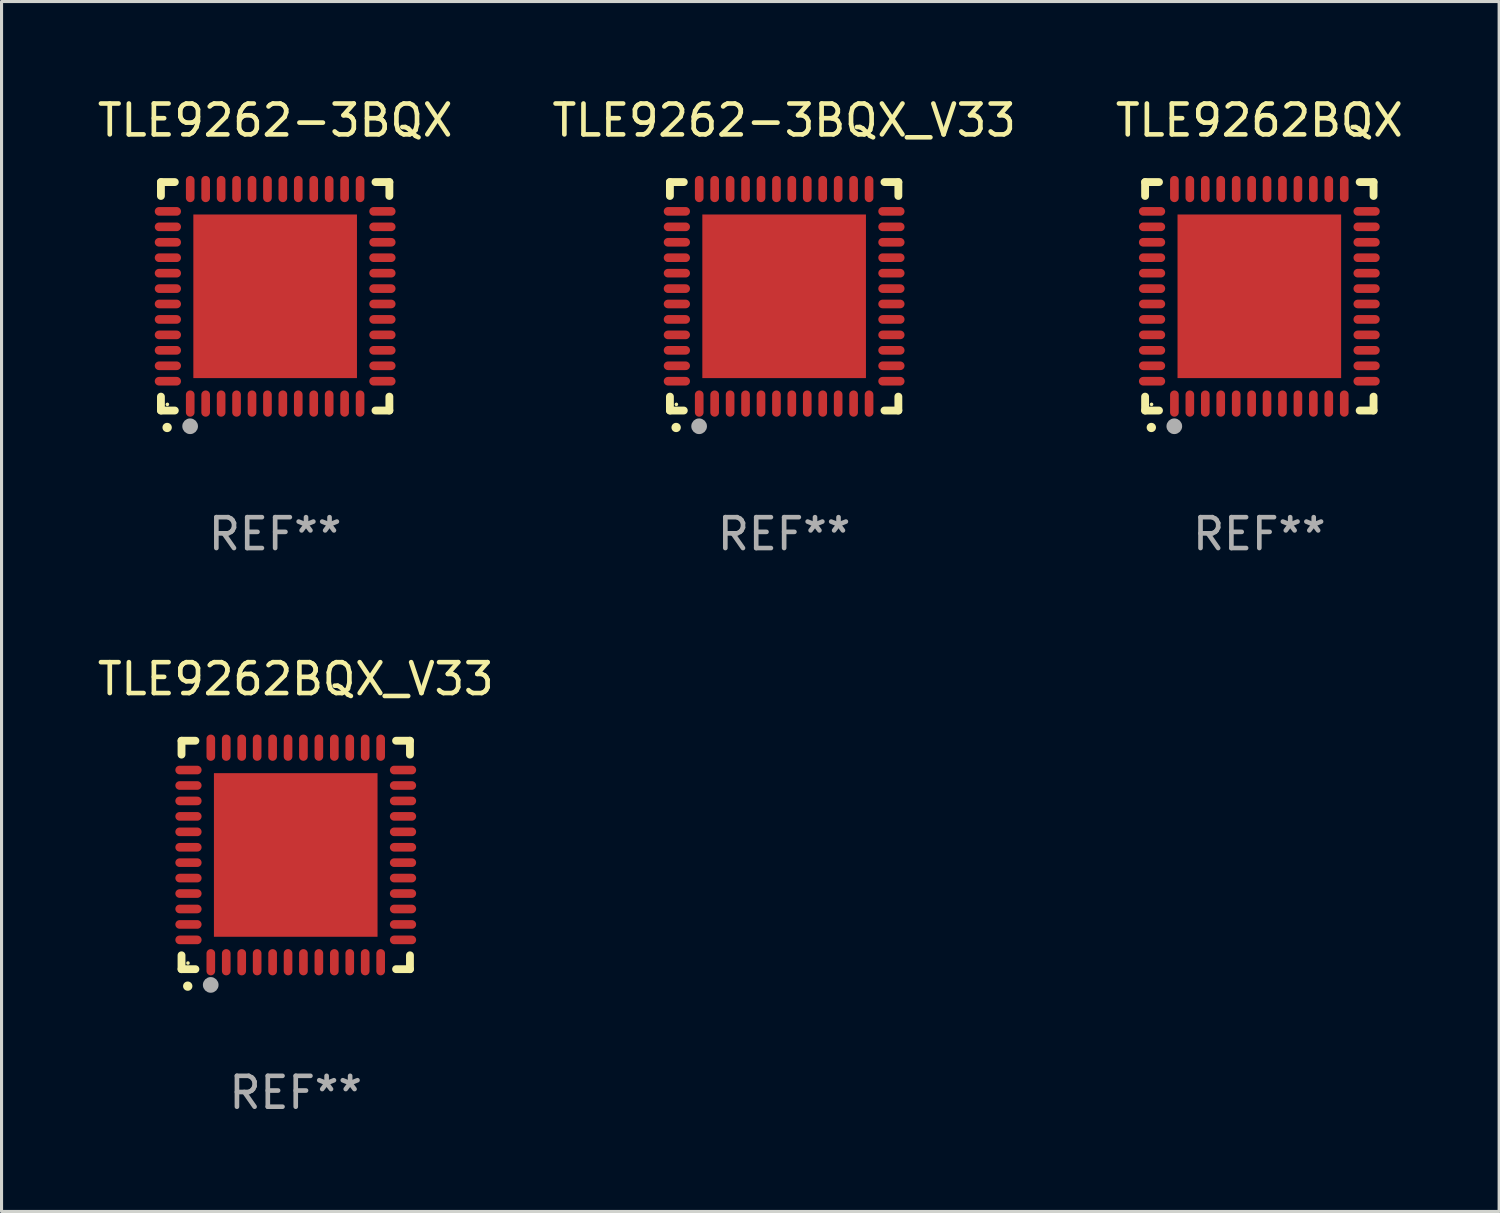
<source format=kicad_pcb>
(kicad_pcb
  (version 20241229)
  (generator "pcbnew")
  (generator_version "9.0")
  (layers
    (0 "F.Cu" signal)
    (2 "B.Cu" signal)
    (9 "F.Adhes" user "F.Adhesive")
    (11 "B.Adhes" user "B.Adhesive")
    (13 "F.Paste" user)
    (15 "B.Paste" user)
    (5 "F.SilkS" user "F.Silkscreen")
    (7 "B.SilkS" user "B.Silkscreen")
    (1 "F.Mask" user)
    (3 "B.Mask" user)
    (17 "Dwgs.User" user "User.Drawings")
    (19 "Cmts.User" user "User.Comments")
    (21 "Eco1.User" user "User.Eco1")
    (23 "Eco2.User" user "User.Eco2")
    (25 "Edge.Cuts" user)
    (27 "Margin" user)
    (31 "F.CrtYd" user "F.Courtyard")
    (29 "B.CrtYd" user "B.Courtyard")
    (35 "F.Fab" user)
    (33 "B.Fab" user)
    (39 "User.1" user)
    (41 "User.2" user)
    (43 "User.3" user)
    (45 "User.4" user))
  (footprint "TLE9262-3BQX_V33"
    (layer "F.Cu")
    (at 22.351 6.548)
    (property "Reference" "TLE9262-3BQX_V33" (at 0 -5.7 0) (layer "F.SilkS") (effects (font (size 1 1) (thickness 0.15))))
    (attr through_hole)
    (fp_line (start -3.7 -3.7) (end -3.25 -3.7) (stroke (width 0.254) (type solid)) (layer "F.SilkS"))
    (fp_line (start -3.7 -3.25) (end -3.7 -3.7) (stroke (width 0.254) (type solid)) (layer "F.SilkS"))
    (fp_line (start -3.7 3.7) (end -3.7 3.25) (stroke (width 0.254) (type solid)) (layer "F.SilkS"))
    (fp_line (start -3.25 3.7) (end -3.7 3.7) (stroke (width 0.254) (type solid)) (layer "F.SilkS"))
    (fp_line (start 3.25 3.7) (end 3.7 3.7) (stroke (width 0.254) (type solid)) (layer "F.SilkS"))
    (fp_line (start 3.7 -3.7) (end 3.25 -3.7) (stroke (width 0.254) (type solid)) (layer "F.SilkS"))
    (fp_line (start 3.7 -3.25) (end 3.7 -3.7) (stroke (width 0.254) (type solid)) (layer "F.SilkS"))
    (fp_line (start 3.7 3.7) (end 3.7 3.25) (stroke (width 0.254) (type solid)) (layer "F.SilkS"))
    (fp_arc (start -3.500127 4.249428) (mid -3.498857 4.249423) (end -3.497587 4.249428) (stroke (width 0.3) (type solid)) (layer "F.SilkS"))
    (fp_circle (center -3.491 3.501) (end -3.461 3.501) (stroke (width 0.06) (type solid)) (fill no) (layer "F.SilkS"))
    (fp_circle (center -2.754 4.21) (end -2.627 4.21) (stroke (width 0.254) (type solid)) (fill no) (layer "F.Fab"))
    (fp_text user "REF**" (at 0 7.7 0) (layer "F.Fab") (effects (font (size 1 1) (thickness 0.15))))
    (pad "1" smd oval (at -2.751 3.475) (size 0.28 0.85) (layers "F.Cu" "F.Mask" "F.Paste"))
    (pad "2" smd oval (at -2.251 3.475) (size 0.28 0.85) (layers "F.Cu" "F.Mask" "F.Paste"))
    (pad "3" smd oval (at -1.75 3.475) (size 0.28 0.85) (layers "F.Cu" "F.Mask" "F.Paste"))
    (pad "4" smd oval (at -1.25 3.475) (size 0.28 0.85) (layers "F.Cu" "F.Mask" "F.Paste"))
    (pad "5" smd oval (at -0.749 3.475) (size 0.28 0.85) (layers "F.Cu" "F.Mask" "F.Paste"))
    (pad "6" smd oval (at -0.249 3.475) (size 0.28 0.85) (layers "F.Cu" "F.Mask" "F.Paste"))
    (pad "7" smd oval (at 0.249 3.475) (size 0.28 0.85) (layers "F.Cu" "F.Mask" "F.Paste"))
    (pad "8" smd oval (at 0.749 3.475) (size 0.28 0.85) (layers "F.Cu" "F.Mask" "F.Paste"))
    (pad "9" smd oval (at 1.25 3.475) (size 0.28 0.85) (layers "F.Cu" "F.Mask" "F.Paste"))
    (pad "10" smd oval (at 1.75 3.475) (size 0.28 0.85) (layers "F.Cu" "F.Mask" "F.Paste"))
    (pad "11" smd oval (at 2.25 3.475) (size 0.28 0.85) (layers "F.Cu" "F.Mask" "F.Paste"))
    (pad "12" smd oval (at 2.751 3.475) (size 0.28 0.85) (layers "F.Cu" "F.Mask" "F.Paste"))
    (pad "13" smd oval (at 3.475 2.751) (size 0.85 0.28) (layers "F.Cu" "F.Mask" "F.Paste"))
    (pad "14" smd oval (at 3.475 2.251) (size 0.85 0.28) (layers "F.Cu" "F.Mask" "F.Paste"))
    (pad "15" smd oval (at 3.475 1.75) (size 0.85 0.28) (layers "F.Cu" "F.Mask" "F.Paste"))
    (pad "16" smd oval (at 3.475 1.25) (size 0.85 0.28) (layers "F.Cu" "F.Mask" "F.Paste"))
    (pad "17" smd oval (at 3.475 0.749) (size 0.85 0.28) (layers "F.Cu" "F.Mask" "F.Paste"))
    (pad "18" smd oval (at 3.475 0.249) (size 0.85 0.28) (layers "F.Cu" "F.Mask" "F.Paste"))
    (pad "19" smd oval (at 3.475 -0.249) (size 0.85 0.28) (layers "F.Cu" "F.Mask" "F.Paste"))
    (pad "20" smd oval (at 3.475 -0.749) (size 0.85 0.28) (layers "F.Cu" "F.Mask" "F.Paste"))
    (pad "21" smd oval (at 3.475 -1.25) (size 0.85 0.28) (layers "F.Cu" "F.Mask" "F.Paste"))
    (pad "22" smd oval (at 3.475 -1.75) (size 0.85 0.28) (layers "F.Cu" "F.Mask" "F.Paste"))
    (pad "23" smd oval (at 3.475 -2.25) (size 0.85 0.28) (layers "F.Cu" "F.Mask" "F.Paste"))
    (pad "24" smd oval (at 3.475 -2.751) (size 0.85 0.28) (layers "F.Cu" "F.Mask" "F.Paste"))
    (pad "25" smd oval (at 2.751 -3.475) (size 0.28 0.85) (layers "F.Cu" "F.Mask" "F.Paste"))
    (pad "26" smd oval (at 2.25 -3.475) (size 0.28 0.85) (layers "F.Cu" "F.Mask" "F.Paste"))
    (pad "27" smd oval (at 1.75 -3.475) (size 0.28 0.85) (layers "F.Cu" "F.Mask" "F.Paste"))
    (pad "28" smd oval (at 1.25 -3.475) (size 0.28 0.85) (layers "F.Cu" "F.Mask" "F.Paste"))
    (pad "29" smd oval (at 0.749 -3.475) (size 0.28 0.85) (layers "F.Cu" "F.Mask" "F.Paste"))
    (pad "30" smd oval (at 0.249 -3.475) (size 0.28 0.85) (layers "F.Cu" "F.Mask" "F.Paste"))
    (pad "31" smd oval (at -0.249 -3.475) (size 0.28 0.85) (layers "F.Cu" "F.Mask" "F.Paste"))
    (pad "32" smd oval (at -0.749 -3.475) (size 0.28 0.85) (layers "F.Cu" "F.Mask" "F.Paste"))
    (pad "33" smd oval (at -1.25 -3.475) (size 0.28 0.85) (layers "F.Cu" "F.Mask" "F.Paste"))
    (pad "34" smd oval (at -1.75 -3.475) (size 0.28 0.85) (layers "F.Cu" "F.Mask" "F.Paste"))
    (pad "35" smd oval (at -2.251 -3.475) (size 0.28 0.85) (layers "F.Cu" "F.Mask" "F.Paste"))
    (pad "36" smd oval (at -2.751 -3.475) (size 0.28 0.85) (layers "F.Cu" "F.Mask" "F.Paste"))
    (pad "37" smd oval (at -3.475 -2.751) (size 0.85 0.28) (layers "F.Cu" "F.Mask" "F.Paste"))
    (pad "38" smd oval (at -3.475 -2.25) (size 0.85 0.28) (layers "F.Cu" "F.Mask" "F.Paste"))
    (pad "39" smd oval (at -3.475 -1.75) (size 0.85 0.28) (layers "F.Cu" "F.Mask" "F.Paste"))
    (pad "40" smd oval (at -3.475 -1.25) (size 0.85 0.28) (layers "F.Cu" "F.Mask" "F.Paste"))
    (pad "41" smd oval (at -3.475 -0.749) (size 0.85 0.28) (layers "F.Cu" "F.Mask" "F.Paste"))
    (pad "42" smd oval (at -3.475 -0.249) (size 0.85 0.28) (layers "F.Cu" "F.Mask" "F.Paste"))
    (pad "43" smd oval (at -3.475 0.249) (size 0.85 0.28) (layers "F.Cu" "F.Mask" "F.Paste"))
    (pad "44" smd oval (at -3.475 0.749) (size 0.85 0.28) (layers "F.Cu" "F.Mask" "F.Paste"))
    (pad "45" smd oval (at -3.475 1.25) (size 0.85 0.28) (layers "F.Cu" "F.Mask" "F.Paste"))
    (pad "46" smd oval (at -3.475 1.75) (size 0.85 0.28) (layers "F.Cu" "F.Mask" "F.Paste"))
    (pad "47" smd oval (at -3.475 2.251) (size 0.85 0.28) (layers "F.Cu" "F.Mask" "F.Paste"))
    (pad "48" smd oval (at -3.475 2.751) (size 0.85 0.28) (layers "F.Cu" "F.Mask" "F.Paste"))
    (pad "49" smd rect (at -0.000102 0.000102) (size 5.3 5.3) (layers "F.Cu" "F.Mask" "F.Paste")))
  (footprint "TLE9262BQX_V33"
    (layer "F.Cu")
    (at 6.53 24.645)
    (property "Reference" "TLE9262BQX_V33" (at 0 -5.7 0) (layer "F.SilkS") (effects (font (size 1 1) (thickness 0.15))))
    (attr through_hole)
    (fp_line (start -3.7 -3.7) (end -3.25 -3.7) (stroke (width 0.254) (type solid)) (layer "F.SilkS"))
    (fp_line (start -3.7 -3.25) (end -3.7 -3.7) (stroke (width 0.254) (type solid)) (layer "F.SilkS"))
    (fp_line (start -3.7 3.7) (end -3.7 3.25) (stroke (width 0.254) (type solid)) (layer "F.SilkS"))
    (fp_line (start -3.25 3.7) (end -3.7 3.7) (stroke (width 0.254) (type solid)) (layer "F.SilkS"))
    (fp_line (start 3.25 3.7) (end 3.7 3.7) (stroke (width 0.254) (type solid)) (layer "F.SilkS"))
    (fp_line (start 3.7 -3.7) (end 3.25 -3.7) (stroke (width 0.254) (type solid)) (layer "F.SilkS"))
    (fp_line (start 3.7 -3.25) (end 3.7 -3.7) (stroke (width 0.254) (type solid)) (layer "F.SilkS"))
    (fp_line (start 3.7 3.7) (end 3.7 3.25) (stroke (width 0.254) (type solid)) (layer "F.SilkS"))
    (fp_arc (start -3.500127 4.249428) (mid -3.498857 4.249423) (end -3.497587 4.249428) (stroke (width 0.3) (type solid)) (layer "F.SilkS"))
    (fp_circle (center -3.491 3.501) (end -3.461 3.501) (stroke (width 0.06) (type solid)) (fill no) (layer "F.SilkS"))
    (fp_circle (center -2.754 4.21) (end -2.627 4.21) (stroke (width 0.254) (type solid)) (fill no) (layer "F.Fab"))
    (fp_text user "REF**" (at 0 7.7 0) (layer "F.Fab") (effects (font (size 1 1) (thickness 0.15))))
    (pad "1" smd oval (at -2.751 3.475) (size 0.28 0.85) (layers "F.Cu" "F.Mask" "F.Paste"))
    (pad "2" smd oval (at -2.251 3.475) (size 0.28 0.85) (layers "F.Cu" "F.Mask" "F.Paste"))
    (pad "3" smd oval (at -1.75 3.475) (size 0.28 0.85) (layers "F.Cu" "F.Mask" "F.Paste"))
    (pad "4" smd oval (at -1.25 3.475) (size 0.28 0.85) (layers "F.Cu" "F.Mask" "F.Paste"))
    (pad "5" smd oval (at -0.749 3.475) (size 0.28 0.85) (layers "F.Cu" "F.Mask" "F.Paste"))
    (pad "6" smd oval (at -0.249 3.475) (size 0.28 0.85) (layers "F.Cu" "F.Mask" "F.Paste"))
    (pad "7" smd oval (at 0.249 3.475) (size 0.28 0.85) (layers "F.Cu" "F.Mask" "F.Paste"))
    (pad "8" smd oval (at 0.749 3.475) (size 0.28 0.85) (layers "F.Cu" "F.Mask" "F.Paste"))
    (pad "9" smd oval (at 1.25 3.475) (size 0.28 0.85) (layers "F.Cu" "F.Mask" "F.Paste"))
    (pad "10" smd oval (at 1.75 3.475) (size 0.28 0.85) (layers "F.Cu" "F.Mask" "F.Paste"))
    (pad "11" smd oval (at 2.25 3.475) (size 0.28 0.85) (layers "F.Cu" "F.Mask" "F.Paste"))
    (pad "12" smd oval (at 2.751 3.475) (size 0.28 0.85) (layers "F.Cu" "F.Mask" "F.Paste"))
    (pad "13" smd oval (at 3.475 2.751) (size 0.85 0.28) (layers "F.Cu" "F.Mask" "F.Paste"))
    (pad "14" smd oval (at 3.475 2.251) (size 0.85 0.28) (layers "F.Cu" "F.Mask" "F.Paste"))
    (pad "15" smd oval (at 3.475 1.75) (size 0.85 0.28) (layers "F.Cu" "F.Mask" "F.Paste"))
    (pad "16" smd oval (at 3.475 1.25) (size 0.85 0.28) (layers "F.Cu" "F.Mask" "F.Paste"))
    (pad "17" smd oval (at 3.475 0.749) (size 0.85 0.28) (layers "F.Cu" "F.Mask" "F.Paste"))
    (pad "18" smd oval (at 3.475 0.249) (size 0.85 0.28) (layers "F.Cu" "F.Mask" "F.Paste"))
    (pad "19" smd oval (at 3.475 -0.249) (size 0.85 0.28) (layers "F.Cu" "F.Mask" "F.Paste"))
    (pad "20" smd oval (at 3.475 -0.749) (size 0.85 0.28) (layers "F.Cu" "F.Mask" "F.Paste"))
    (pad "21" smd oval (at 3.475 -1.25) (size 0.85 0.28) (layers "F.Cu" "F.Mask" "F.Paste"))
    (pad "22" smd oval (at 3.475 -1.75) (size 0.85 0.28) (layers "F.Cu" "F.Mask" "F.Paste"))
    (pad "23" smd oval (at 3.475 -2.25) (size 0.85 0.28) (layers "F.Cu" "F.Mask" "F.Paste"))
    (pad "24" smd oval (at 3.475 -2.751) (size 0.85 0.28) (layers "F.Cu" "F.Mask" "F.Paste"))
    (pad "25" smd oval (at 2.751 -3.475) (size 0.28 0.85) (layers "F.Cu" "F.Mask" "F.Paste"))
    (pad "26" smd oval (at 2.25 -3.475) (size 0.28 0.85) (layers "F.Cu" "F.Mask" "F.Paste"))
    (pad "27" smd oval (at 1.75 -3.475) (size 0.28 0.85) (layers "F.Cu" "F.Mask" "F.Paste"))
    (pad "28" smd oval (at 1.25 -3.475) (size 0.28 0.85) (layers "F.Cu" "F.Mask" "F.Paste"))
    (pad "29" smd oval (at 0.749 -3.475) (size 0.28 0.85) (layers "F.Cu" "F.Mask" "F.Paste"))
    (pad "30" smd oval (at 0.249 -3.475) (size 0.28 0.85) (layers "F.Cu" "F.Mask" "F.Paste"))
    (pad "31" smd oval (at -0.249 -3.475) (size 0.28 0.85) (layers "F.Cu" "F.Mask" "F.Paste"))
    (pad "32" smd oval (at -0.749 -3.475) (size 0.28 0.85) (layers "F.Cu" "F.Mask" "F.Paste"))
    (pad "33" smd oval (at -1.25 -3.475) (size 0.28 0.85) (layers "F.Cu" "F.Mask" "F.Paste"))
    (pad "34" smd oval (at -1.75 -3.475) (size 0.28 0.85) (layers "F.Cu" "F.Mask" "F.Paste"))
    (pad "35" smd oval (at -2.251 -3.475) (size 0.28 0.85) (layers "F.Cu" "F.Mask" "F.Paste"))
    (pad "36" smd oval (at -2.751 -3.475) (size 0.28 0.85) (layers "F.Cu" "F.Mask" "F.Paste"))
    (pad "37" smd oval (at -3.475 -2.751) (size 0.85 0.28) (layers "F.Cu" "F.Mask" "F.Paste"))
    (pad "38" smd oval (at -3.475 -2.25) (size 0.85 0.28) (layers "F.Cu" "F.Mask" "F.Paste"))
    (pad "39" smd oval (at -3.475 -1.75) (size 0.85 0.28) (layers "F.Cu" "F.Mask" "F.Paste"))
    (pad "40" smd oval (at -3.475 -1.25) (size 0.85 0.28) (layers "F.Cu" "F.Mask" "F.Paste"))
    (pad "41" smd oval (at -3.475 -0.749) (size 0.85 0.28) (layers "F.Cu" "F.Mask" "F.Paste"))
    (pad "42" smd oval (at -3.475 -0.249) (size 0.85 0.28) (layers "F.Cu" "F.Mask" "F.Paste"))
    (pad "43" smd oval (at -3.475 0.249) (size 0.85 0.28) (layers "F.Cu" "F.Mask" "F.Paste"))
    (pad "44" smd oval (at -3.475 0.749) (size 0.85 0.28) (layers "F.Cu" "F.Mask" "F.Paste"))
    (pad "45" smd oval (at -3.475 1.25) (size 0.85 0.28) (layers "F.Cu" "F.Mask" "F.Paste"))
    (pad "46" smd oval (at -3.475 1.75) (size 0.85 0.28) (layers "F.Cu" "F.Mask" "F.Paste"))
    (pad "47" smd oval (at -3.475 2.251) (size 0.85 0.28) (layers "F.Cu" "F.Mask" "F.Paste"))
    (pad "48" smd oval (at -3.475 2.751) (size 0.85 0.28) (layers "F.Cu" "F.Mask" "F.Paste"))
    (pad "49" smd rect (at -0.000102 0.000102) (size 5.3 5.3) (layers "F.Cu" "F.Mask" "F.Paste")))
  (footprint "TLE9262-3BQX"
    (layer "F.Cu")
    (at 5.863 6.548)
    (property "Reference" "TLE9262-3BQX" (at 0 -5.7 0) (layer "F.SilkS") (effects (font (size 1 1) (thickness 0.15))))
    (attr through_hole)
    (fp_line (start -3.7 -3.7) (end -3.25 -3.7) (stroke (width 0.254) (type solid)) (layer "F.SilkS"))
    (fp_line (start -3.7 -3.25) (end -3.7 -3.7) (stroke (width 0.254) (type solid)) (layer "F.SilkS"))
    (fp_line (start -3.7 3.7) (end -3.7 3.25) (stroke (width 0.254) (type solid)) (layer "F.SilkS"))
    (fp_line (start -3.25 3.7) (end -3.7 3.7) (stroke (width 0.254) (type solid)) (layer "F.SilkS"))
    (fp_line (start 3.25 3.7) (end 3.7 3.7) (stroke (width 0.254) (type solid)) (layer "F.SilkS"))
    (fp_line (start 3.7 -3.7) (end 3.25 -3.7) (stroke (width 0.254) (type solid)) (layer "F.SilkS"))
    (fp_line (start 3.7 -3.25) (end 3.7 -3.7) (stroke (width 0.254) (type solid)) (layer "F.SilkS"))
    (fp_line (start 3.7 3.7) (end 3.7 3.25) (stroke (width 0.254) (type solid)) (layer "F.SilkS"))
    (fp_arc (start -3.500127 4.249428) (mid -3.498857 4.249423) (end -3.497587 4.249428) (stroke (width 0.3) (type solid)) (layer "F.SilkS"))
    (fp_circle (center -3.491 3.501) (end -3.461 3.501) (stroke (width 0.06) (type solid)) (fill no) (layer "F.SilkS"))
    (fp_circle (center -2.754 4.21) (end -2.627 4.21) (stroke (width 0.254) (type solid)) (fill no) (layer "F.Fab"))
    (fp_text user "REF**" (at 0 7.7 0) (layer "F.Fab") (effects (font (size 1 1) (thickness 0.15))))
    (pad "1" smd oval (at -2.751 3.475) (size 0.28 0.85) (layers "F.Cu" "F.Mask" "F.Paste"))
    (pad "2" smd oval (at -2.251 3.475) (size 0.28 0.85) (layers "F.Cu" "F.Mask" "F.Paste"))
    (pad "3" smd oval (at -1.75 3.475) (size 0.28 0.85) (layers "F.Cu" "F.Mask" "F.Paste"))
    (pad "4" smd oval (at -1.25 3.475) (size 0.28 0.85) (layers "F.Cu" "F.Mask" "F.Paste"))
    (pad "5" smd oval (at -0.749 3.475) (size 0.28 0.85) (layers "F.Cu" "F.Mask" "F.Paste"))
    (pad "6" smd oval (at -0.249 3.475) (size 0.28 0.85) (layers "F.Cu" "F.Mask" "F.Paste"))
    (pad "7" smd oval (at 0.249 3.475) (size 0.28 0.85) (layers "F.Cu" "F.Mask" "F.Paste"))
    (pad "8" smd oval (at 0.749 3.475) (size 0.28 0.85) (layers "F.Cu" "F.Mask" "F.Paste"))
    (pad "9" smd oval (at 1.25 3.475) (size 0.28 0.85) (layers "F.Cu" "F.Mask" "F.Paste"))
    (pad "10" smd oval (at 1.75 3.475) (size 0.28 0.85) (layers "F.Cu" "F.Mask" "F.Paste"))
    (pad "11" smd oval (at 2.25 3.475) (size 0.28 0.85) (layers "F.Cu" "F.Mask" "F.Paste"))
    (pad "12" smd oval (at 2.751 3.475) (size 0.28 0.85) (layers "F.Cu" "F.Mask" "F.Paste"))
    (pad "13" smd oval (at 3.475 2.751) (size 0.85 0.28) (layers "F.Cu" "F.Mask" "F.Paste"))
    (pad "14" smd oval (at 3.475 2.251) (size 0.85 0.28) (layers "F.Cu" "F.Mask" "F.Paste"))
    (pad "15" smd oval (at 3.475 1.75) (size 0.85 0.28) (layers "F.Cu" "F.Mask" "F.Paste"))
    (pad "16" smd oval (at 3.475 1.25) (size 0.85 0.28) (layers "F.Cu" "F.Mask" "F.Paste"))
    (pad "17" smd oval (at 3.475 0.749) (size 0.85 0.28) (layers "F.Cu" "F.Mask" "F.Paste"))
    (pad "18" smd oval (at 3.475 0.249) (size 0.85 0.28) (layers "F.Cu" "F.Mask" "F.Paste"))
    (pad "19" smd oval (at 3.475 -0.249) (size 0.85 0.28) (layers "F.Cu" "F.Mask" "F.Paste"))
    (pad "20" smd oval (at 3.475 -0.749) (size 0.85 0.28) (layers "F.Cu" "F.Mask" "F.Paste"))
    (pad "21" smd oval (at 3.475 -1.25) (size 0.85 0.28) (layers "F.Cu" "F.Mask" "F.Paste"))
    (pad "22" smd oval (at 3.475 -1.75) (size 0.85 0.28) (layers "F.Cu" "F.Mask" "F.Paste"))
    (pad "23" smd oval (at 3.475 -2.25) (size 0.85 0.28) (layers "F.Cu" "F.Mask" "F.Paste"))
    (pad "24" smd oval (at 3.475 -2.751) (size 0.85 0.28) (layers "F.Cu" "F.Mask" "F.Paste"))
    (pad "25" smd oval (at 2.751 -3.475) (size 0.28 0.85) (layers "F.Cu" "F.Mask" "F.Paste"))
    (pad "26" smd oval (at 2.25 -3.475) (size 0.28 0.85) (layers "F.Cu" "F.Mask" "F.Paste"))
    (pad "27" smd oval (at 1.75 -3.475) (size 0.28 0.85) (layers "F.Cu" "F.Mask" "F.Paste"))
    (pad "28" smd oval (at 1.25 -3.475) (size 0.28 0.85) (layers "F.Cu" "F.Mask" "F.Paste"))
    (pad "29" smd oval (at 0.749 -3.475) (size 0.28 0.85) (layers "F.Cu" "F.Mask" "F.Paste"))
    (pad "30" smd oval (at 0.249 -3.475) (size 0.28 0.85) (layers "F.Cu" "F.Mask" "F.Paste"))
    (pad "31" smd oval (at -0.249 -3.475) (size 0.28 0.85) (layers "F.Cu" "F.Mask" "F.Paste"))
    (pad "32" smd oval (at -0.749 -3.475) (size 0.28 0.85) (layers "F.Cu" "F.Mask" "F.Paste"))
    (pad "33" smd oval (at -1.25 -3.475) (size 0.28 0.85) (layers "F.Cu" "F.Mask" "F.Paste"))
    (pad "34" smd oval (at -1.75 -3.475) (size 0.28 0.85) (layers "F.Cu" "F.Mask" "F.Paste"))
    (pad "35" smd oval (at -2.251 -3.475) (size 0.28 0.85) (layers "F.Cu" "F.Mask" "F.Paste"))
    (pad "36" smd oval (at -2.751 -3.475) (size 0.28 0.85) (layers "F.Cu" "F.Mask" "F.Paste"))
    (pad "37" smd oval (at -3.475 -2.751) (size 0.85 0.28) (layers "F.Cu" "F.Mask" "F.Paste"))
    (pad "38" smd oval (at -3.475 -2.25) (size 0.85 0.28) (layers "F.Cu" "F.Mask" "F.Paste"))
    (pad "39" smd oval (at -3.475 -1.75) (size 0.85 0.28) (layers "F.Cu" "F.Mask" "F.Paste"))
    (pad "40" smd oval (at -3.475 -1.25) (size 0.85 0.28) (layers "F.Cu" "F.Mask" "F.Paste"))
    (pad "41" smd oval (at -3.475 -0.749) (size 0.85 0.28) (layers "F.Cu" "F.Mask" "F.Paste"))
    (pad "42" smd oval (at -3.475 -0.249) (size 0.85 0.28) (layers "F.Cu" "F.Mask" "F.Paste"))
    (pad "43" smd oval (at -3.475 0.249) (size 0.85 0.28) (layers "F.Cu" "F.Mask" "F.Paste"))
    (pad "44" smd oval (at -3.475 0.749) (size 0.85 0.28) (layers "F.Cu" "F.Mask" "F.Paste"))
    (pad "45" smd oval (at -3.475 1.25) (size 0.85 0.28) (layers "F.Cu" "F.Mask" "F.Paste"))
    (pad "46" smd oval (at -3.475 1.75) (size 0.85 0.28) (layers "F.Cu" "F.Mask" "F.Paste"))
    (pad "47" smd oval (at -3.475 2.251) (size 0.85 0.28) (layers "F.Cu" "F.Mask" "F.Paste"))
    (pad "48" smd oval (at -3.475 2.751) (size 0.85 0.28) (layers "F.Cu" "F.Mask" "F.Paste"))
    (pad "49" smd rect (at -0.000102 0.000102) (size 5.3 5.3) (layers "F.Cu" "F.Mask" "F.Paste")))
  (footprint "TLE9262BQX"
    (layer "F.Cu")
    (at 37.744 6.548)
    (property "Reference" "TLE9262BQX" (at 0 -5.7 0) (layer "F.SilkS") (effects (font (size 1 1) (thickness 0.15))))
    (attr through_hole)
    (fp_line (start -3.7 -3.7) (end -3.25 -3.7) (stroke (width 0.254) (type solid)) (layer "F.SilkS"))
    (fp_line (start -3.7 -3.25) (end -3.7 -3.7) (stroke (width 0.254) (type solid)) (layer "F.SilkS"))
    (fp_line (start -3.7 3.7) (end -3.7 3.25) (stroke (width 0.254) (type solid)) (layer "F.SilkS"))
    (fp_line (start -3.25 3.7) (end -3.7 3.7) (stroke (width 0.254) (type solid)) (layer "F.SilkS"))
    (fp_line (start 3.25 3.7) (end 3.7 3.7) (stroke (width 0.254) (type solid)) (layer "F.SilkS"))
    (fp_line (start 3.7 -3.7) (end 3.25 -3.7) (stroke (width 0.254) (type solid)) (layer "F.SilkS"))
    (fp_line (start 3.7 -3.25) (end 3.7 -3.7) (stroke (width 0.254) (type solid)) (layer "F.SilkS"))
    (fp_line (start 3.7 3.7) (end 3.7 3.25) (stroke (width 0.254) (type solid)) (layer "F.SilkS"))
    (fp_arc (start -3.500127 4.249428) (mid -3.498857 4.249423) (end -3.497587 4.249428) (stroke (width 0.3) (type solid)) (layer "F.SilkS"))
    (fp_circle (center -3.491 3.501) (end -3.461 3.501) (stroke (width 0.06) (type solid)) (fill no) (layer "F.SilkS"))
    (fp_circle (center -2.754 4.21) (end -2.627 4.21) (stroke (width 0.254) (type solid)) (fill no) (layer "F.Fab"))
    (fp_text user "REF**" (at 0 7.7 0) (layer "F.Fab") (effects (font (size 1 1) (thickness 0.15))))
    (pad "1" smd oval (at -2.751 3.475) (size 0.28 0.85) (layers "F.Cu" "F.Mask" "F.Paste"))
    (pad "2" smd oval (at -2.251 3.475) (size 0.28 0.85) (layers "F.Cu" "F.Mask" "F.Paste"))
    (pad "3" smd oval (at -1.75 3.475) (size 0.28 0.85) (layers "F.Cu" "F.Mask" "F.Paste"))
    (pad "4" smd oval (at -1.25 3.475) (size 0.28 0.85) (layers "F.Cu" "F.Mask" "F.Paste"))
    (pad "5" smd oval (at -0.749 3.475) (size 0.28 0.85) (layers "F.Cu" "F.Mask" "F.Paste"))
    (pad "6" smd oval (at -0.249 3.475) (size 0.28 0.85) (layers "F.Cu" "F.Mask" "F.Paste"))
    (pad "7" smd oval (at 0.249 3.475) (size 0.28 0.85) (layers "F.Cu" "F.Mask" "F.Paste"))
    (pad "8" smd oval (at 0.749 3.475) (size 0.28 0.85) (layers "F.Cu" "F.Mask" "F.Paste"))
    (pad "9" smd oval (at 1.25 3.475) (size 0.28 0.85) (layers "F.Cu" "F.Mask" "F.Paste"))
    (pad "10" smd oval (at 1.75 3.475) (size 0.28 0.85) (layers "F.Cu" "F.Mask" "F.Paste"))
    (pad "11" smd oval (at 2.25 3.475) (size 0.28 0.85) (layers "F.Cu" "F.Mask" "F.Paste"))
    (pad "12" smd oval (at 2.751 3.475) (size 0.28 0.85) (layers "F.Cu" "F.Mask" "F.Paste"))
    (pad "13" smd oval (at 3.475 2.751) (size 0.85 0.28) (layers "F.Cu" "F.Mask" "F.Paste"))
    (pad "14" smd oval (at 3.475 2.251) (size 0.85 0.28) (layers "F.Cu" "F.Mask" "F.Paste"))
    (pad "15" smd oval (at 3.475 1.75) (size 0.85 0.28) (layers "F.Cu" "F.Mask" "F.Paste"))
    (pad "16" smd oval (at 3.475 1.25) (size 0.85 0.28) (layers "F.Cu" "F.Mask" "F.Paste"))
    (pad "17" smd oval (at 3.475 0.749) (size 0.85 0.28) (layers "F.Cu" "F.Mask" "F.Paste"))
    (pad "18" smd oval (at 3.475 0.249) (size 0.85 0.28) (layers "F.Cu" "F.Mask" "F.Paste"))
    (pad "19" smd oval (at 3.475 -0.249) (size 0.85 0.28) (layers "F.Cu" "F.Mask" "F.Paste"))
    (pad "20" smd oval (at 3.475 -0.749) (size 0.85 0.28) (layers "F.Cu" "F.Mask" "F.Paste"))
    (pad "21" smd oval (at 3.475 -1.25) (size 0.85 0.28) (layers "F.Cu" "F.Mask" "F.Paste"))
    (pad "22" smd oval (at 3.475 -1.75) (size 0.85 0.28) (layers "F.Cu" "F.Mask" "F.Paste"))
    (pad "23" smd oval (at 3.475 -2.25) (size 0.85 0.28) (layers "F.Cu" "F.Mask" "F.Paste"))
    (pad "24" smd oval (at 3.475 -2.751) (size 0.85 0.28) (layers "F.Cu" "F.Mask" "F.Paste"))
    (pad "25" smd oval (at 2.751 -3.475) (size 0.28 0.85) (layers "F.Cu" "F.Mask" "F.Paste"))
    (pad "26" smd oval (at 2.25 -3.475) (size 0.28 0.85) (layers "F.Cu" "F.Mask" "F.Paste"))
    (pad "27" smd oval (at 1.75 -3.475) (size 0.28 0.85) (layers "F.Cu" "F.Mask" "F.Paste"))
    (pad "28" smd oval (at 1.25 -3.475) (size 0.28 0.85) (layers "F.Cu" "F.Mask" "F.Paste"))
    (pad "29" smd oval (at 0.749 -3.475) (size 0.28 0.85) (layers "F.Cu" "F.Mask" "F.Paste"))
    (pad "30" smd oval (at 0.249 -3.475) (size 0.28 0.85) (layers "F.Cu" "F.Mask" "F.Paste"))
    (pad "31" smd oval (at -0.249 -3.475) (size 0.28 0.85) (layers "F.Cu" "F.Mask" "F.Paste"))
    (pad "32" smd oval (at -0.749 -3.475) (size 0.28 0.85) (layers "F.Cu" "F.Mask" "F.Paste"))
    (pad "33" smd oval (at -1.25 -3.475) (size 0.28 0.85) (layers "F.Cu" "F.Mask" "F.Paste"))
    (pad "34" smd oval (at -1.75 -3.475) (size 0.28 0.85) (layers "F.Cu" "F.Mask" "F.Paste"))
    (pad "35" smd oval (at -2.251 -3.475) (size 0.28 0.85) (layers "F.Cu" "F.Mask" "F.Paste"))
    (pad "36" smd oval (at -2.751 -3.475) (size 0.28 0.85) (layers "F.Cu" "F.Mask" "F.Paste"))
    (pad "37" smd oval (at -3.475 -2.751) (size 0.85 0.28) (layers "F.Cu" "F.Mask" "F.Paste"))
    (pad "38" smd oval (at -3.475 -2.25) (size 0.85 0.28) (layers "F.Cu" "F.Mask" "F.Paste"))
    (pad "39" smd oval (at -3.475 -1.75) (size 0.85 0.28) (layers "F.Cu" "F.Mask" "F.Paste"))
    (pad "40" smd oval (at -3.475 -1.25) (size 0.85 0.28) (layers "F.Cu" "F.Mask" "F.Paste"))
    (pad "41" smd oval (at -3.475 -0.749) (size 0.85 0.28) (layers "F.Cu" "F.Mask" "F.Paste"))
    (pad "42" smd oval (at -3.475 -0.249) (size 0.85 0.28) (layers "F.Cu" "F.Mask" "F.Paste"))
    (pad "43" smd oval (at -3.475 0.249) (size 0.85 0.28) (layers "F.Cu" "F.Mask" "F.Paste"))
    (pad "44" smd oval (at -3.475 0.749) (size 0.85 0.28) (layers "F.Cu" "F.Mask" "F.Paste"))
    (pad "45" smd oval (at -3.475 1.25) (size 0.85 0.28) (layers "F.Cu" "F.Mask" "F.Paste"))
    (pad "46" smd oval (at -3.475 1.75) (size 0.85 0.28) (layers "F.Cu" "F.Mask" "F.Paste"))
    (pad "47" smd oval (at -3.475 2.251) (size 0.85 0.28) (layers "F.Cu" "F.Mask" "F.Paste"))
    (pad "48" smd oval (at -3.475 2.751) (size 0.85 0.28) (layers "F.Cu" "F.Mask" "F.Paste"))
    (pad "49" smd rect (at -0.000102 0.000102) (size 5.3 5.3) (layers "F.Cu" "F.Mask" "F.Paste")))
  (gr_rect
    (start -3 -3)
    (end 45.512 36.193)
    (stroke (width 0.1) (type default))
    (fill no)
    (layer "Edge.Cuts")))
</source>
